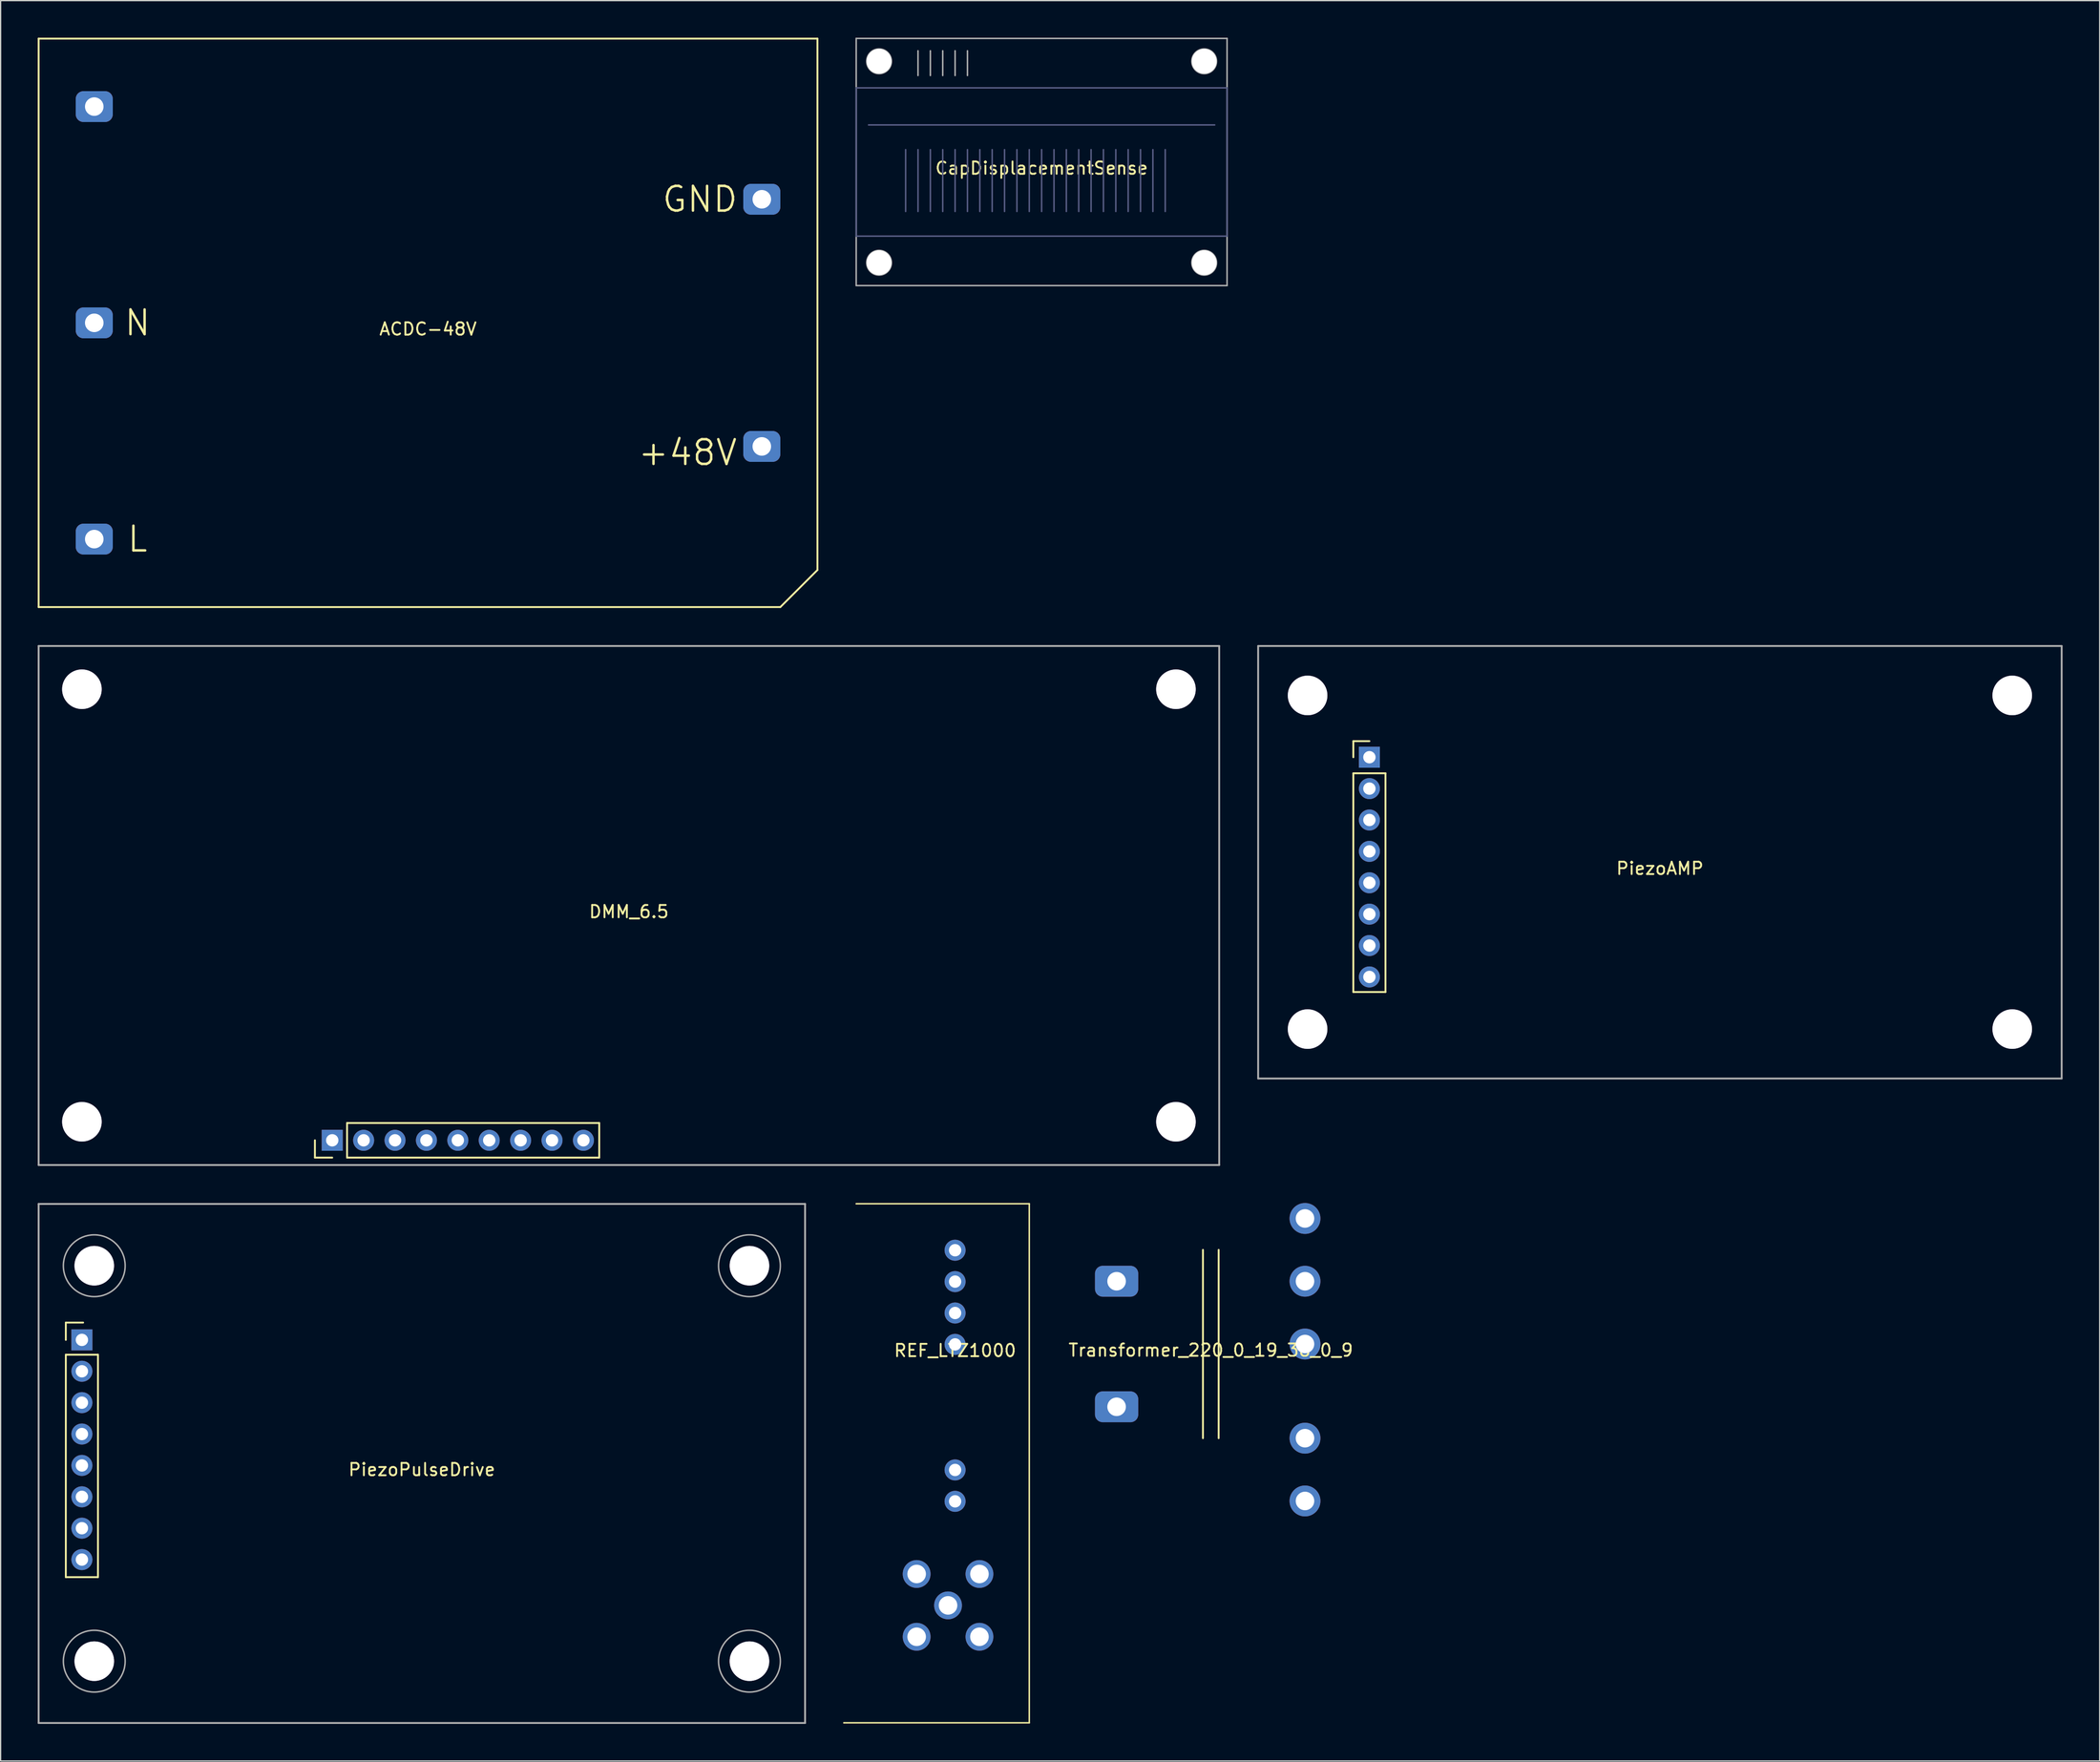
<source format=kicad_pcb>
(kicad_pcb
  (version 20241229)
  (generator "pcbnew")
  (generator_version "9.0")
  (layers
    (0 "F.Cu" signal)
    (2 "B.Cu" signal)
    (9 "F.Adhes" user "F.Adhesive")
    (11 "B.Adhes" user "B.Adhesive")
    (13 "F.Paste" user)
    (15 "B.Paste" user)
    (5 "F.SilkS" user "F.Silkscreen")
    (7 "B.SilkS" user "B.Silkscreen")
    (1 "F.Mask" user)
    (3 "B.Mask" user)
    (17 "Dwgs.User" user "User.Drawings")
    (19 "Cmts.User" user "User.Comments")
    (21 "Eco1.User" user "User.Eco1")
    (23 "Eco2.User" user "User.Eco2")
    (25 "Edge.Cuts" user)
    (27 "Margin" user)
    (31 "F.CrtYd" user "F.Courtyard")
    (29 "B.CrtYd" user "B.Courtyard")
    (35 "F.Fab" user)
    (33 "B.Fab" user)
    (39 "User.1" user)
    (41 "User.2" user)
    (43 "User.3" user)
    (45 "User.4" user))
  (footprint "DMM_6.5"
    (layer "F.Cu")
    (at 47.825 70.225)
    (property "Reference" "DMM_6.5" (at 0 0.5 0) (layer "F.SilkS") (effects (font (size 1 1) (thickness 0.15))))
    (attr through_hole)
    (fp_line (start -25.4 19) (end -25.4 20.4) (stroke (width 0.15) (type solid)) (layer "F.SilkS"))
    (fp_line (start -25.4 20.4) (end -24 20.4) (stroke (width 0.15) (type solid)) (layer "F.SilkS"))
    (fp_line (start -22.8 17.6) (end -2.4 17.6) (stroke (width 0.15) (type solid)) (layer "F.SilkS"))
    (fp_line (start -22.8 20.4) (end -22.8 17.6) (stroke (width 0.15) (type solid)) (layer "F.SilkS"))
    (fp_line (start -2.4 17.6) (end -2.4 20.4) (stroke (width 0.15) (type solid)) (layer "F.SilkS"))
    (fp_line (start -2.4 20.4) (end -22.8 20.4) (stroke (width 0.15) (type solid)) (layer "F.SilkS"))
    (fp_line (start -47.75 -21) (end -47.75 21) (stroke (width 0.15) (type solid)) (layer "F.Fab"))
    (fp_line (start 47.75 -21) (end -47.75 -21) (stroke (width 0.15) (type solid)) (layer "F.Fab"))
    (fp_line (start 47.75 -21) (end 47.75 21) (stroke (width 0.15) (type solid)) (layer "F.Fab"))
    (fp_line (start 47.75 21) (end -47.75 21) (stroke (width 0.15) (type solid)) (layer "F.Fab"))
    (pad "1" thru_hole rect (at -24 19) (size 1.7 1.7) (drill 1) (layers "*.Cu" "*.Mask"))
    (pad "2" thru_hole circle (at -21.46 19) (size 1.7 1.7) (drill 1) (layers "*.Cu" "*.Mask"))
    (pad "3" thru_hole circle (at -18.92 19) (size 1.7 1.7) (drill 1) (layers "*.Cu" "*.Mask"))
    (pad "4" thru_hole circle (at -16.38 19) (size 1.7 1.7) (drill 1) (layers "*.Cu" "*.Mask"))
    (pad "5" thru_hole circle (at -13.84 19) (size 1.7 1.7) (drill 1) (layers "*.Cu" "*.Mask"))
    (pad "6" thru_hole circle (at -11.3 19) (size 1.7 1.7) (drill 1) (layers "*.Cu" "*.Mask"))
    (pad "7" thru_hole circle (at -8.76 19) (size 1.7 1.7) (drill 1) (layers "*.Cu" "*.Mask"))
    (pad "8" thru_hole circle (at -6.22 19) (size 1.7 1.7) (drill 1) (layers "*.Cu" "*.Mask"))
    (pad "9" thru_hole circle (at -3.68 19) (size 1.7 1.7) (drill 1) (layers "*.Cu" "*.Mask"))
    (pad "~" thru_hole circle (at -44.25 -17.5) (size 3.2 3.2) (drill 3.2) (layers "*.Cu" "*.Mask"))
    (pad "~" thru_hole circle (at -44.25 17.5) (size 3.2 3.2) (drill 3.2) (layers "*.Cu" "*.Mask"))
    (pad "~" thru_hole circle (at 44.25 -17.5) (size 3.2 3.2) (drill 3.2) (layers "*.Cu" "*.Mask"))
    (pad "~" thru_hole circle (at 44.25 17.5) (size 3.2 3.2) (drill 3.2) (layers "*.Cu" "*.Mask")))
  (footprint "Transformer_220_0_19_38_0_9"
    (layer "F.Cu")
    (at 94.895 105.71)
    (property "Reference" "Transformer_220_0_19_38_0_9" (at 0 0.5 0) (layer "F.SilkS") (effects (font (size 1 1) (thickness 0.15))))
    (attr through_hole)
    (fp_line (start -0.635 -7.62) (end -0.635 7.62) (stroke (width 0.15) (type solid)) (layer "F.SilkS"))
    (fp_line (start 0.635 7.62) (end 0.635 -7.62) (stroke (width 0.15) (type solid)) (layer "F.SilkS"))
    (pad "1" thru_hole roundrect (at -7.62 -5.08) (size 3.5 2.5) (drill 1.5) (layers "*.Cu" "*.Mask") (roundrect_rratio 0.25))
    (pad "2" thru_hole roundrect (at -7.62 5.08) (size 3.5 2.5) (drill 1.5) (layers "*.Cu" "*.Mask") (roundrect_rratio 0.25))
    (pad "3" thru_hole circle (at 7.62 0) (size 2.5 2.5) (drill 1.5) (layers "*.Cu" "*.Mask"))
    (pad "4" thru_hole circle (at 7.62 -5.08) (size 2.5 2.5) (drill 1.5) (layers "*.Cu" "*.Mask"))
    (pad "5" thru_hole circle (at 7.62 -10.16) (size 2.5 2.5) (drill 1.5) (layers "*.Cu" "*.Mask"))
    (pad "6" thru_hole circle (at 7.62 12.7) (size 2.5 2.5) (drill 1.5) (layers "*.Cu" "*.Mask"))
    (pad "7" thru_hole circle (at 7.62 7.62) (size 2.5 2.5) (drill 1.5) (layers "*.Cu" "*.Mask")))
  (footprint "CapDisplacementSense"
    (layer "F.Cu")
    (at 81.21 10.06)
    (property "Reference" "CapDisplacementSense" (at 0 0.5 0) (layer "F.SilkS") (effects (font (size 1 1) (thickness 0.15))))
    (attr through_hole)
    (fp_line (start -15 -6) (end 15 -6) (stroke (width 0.12) (type solid)) (layer "B.Fab"))
    (fp_line (start -15 6) (end -15 -6) (stroke (width 0.12) (type solid)) (layer "B.Fab"))
    (fp_line (start -11 -1) (end -11 4) (stroke (width 0.12) (type solid)) (layer "B.Fab"))
    (fp_line (start -10 -1) (end -10 4) (stroke (width 0.12) (type solid)) (layer "B.Fab"))
    (fp_line (start -9 -1) (end -9 4) (stroke (width 0.12) (type solid)) (layer "B.Fab"))
    (fp_line (start -8 -1) (end -8 4) (stroke (width 0.12) (type solid)) (layer "B.Fab"))
    (fp_line (start -7 -1) (end -7 4) (stroke (width 0.12) (type solid)) (layer "B.Fab"))
    (fp_line (start -6 -1) (end -6 4) (stroke (width 0.12) (type solid)) (layer "B.Fab"))
    (fp_line (start -5 -1) (end -5 4) (stroke (width 0.12) (type solid)) (layer "B.Fab"))
    (fp_line (start -4 -1) (end -4 4) (stroke (width 0.12) (type solid)) (layer "B.Fab"))
    (fp_line (start -3 -1) (end -3 4) (stroke (width 0.12) (type solid)) (layer "B.Fab"))
    (fp_line (start -2 -1) (end -2 4) (stroke (width 0.12) (type solid)) (layer "B.Fab"))
    (fp_line (start -1 -1) (end -1 4) (stroke (width 0.12) (type solid)) (layer "B.Fab"))
    (fp_line (start 0 -1) (end 0 4) (stroke (width 0.12) (type solid)) (layer "B.Fab"))
    (fp_line (start 1 -1) (end 1 4) (stroke (width 0.12) (type solid)) (layer "B.Fab"))
    (fp_line (start 2 -1) (end 2 4) (stroke (width 0.12) (type solid)) (layer "B.Fab"))
    (fp_line (start 3 -1) (end 3 4) (stroke (width 0.12) (type solid)) (layer "B.Fab"))
    (fp_line (start 4 -1) (end 4 4) (stroke (width 0.12) (type solid)) (layer "B.Fab"))
    (fp_line (start 5 -1) (end 5 4) (stroke (width 0.12) (type solid)) (layer "B.Fab"))
    (fp_line (start 6 -1) (end 6 4) (stroke (width 0.12) (type solid)) (layer "B.Fab"))
    (fp_line (start 7 -1) (end 7 4) (stroke (width 0.12) (type solid)) (layer "B.Fab"))
    (fp_line (start 8 -1) (end 8 4) (stroke (width 0.12) (type solid)) (layer "B.Fab"))
    (fp_line (start 9 -1) (end 9 4) (stroke (width 0.12) (type solid)) (layer "B.Fab"))
    (fp_line (start 10 -1) (end 10 4) (stroke (width 0.12) (type solid)) (layer "B.Fab"))
    (fp_line (start 14 -3) (end -14 -3) (stroke (width 0.12) (type solid)) (layer "B.Fab"))
    (fp_line (start 15 -6) (end 15 6) (stroke (width 0.12) (type solid)) (layer "B.Fab"))
    (fp_line (start 15 6) (end -15 6) (stroke (width 0.12) (type solid)) (layer "B.Fab"))
    (fp_line (start -15 -10) (end 15 -10) (stroke (width 0.12) (type solid)) (layer "F.Fab"))
    (fp_line (start -15 10) (end -15 -10) (stroke (width 0.12) (type solid)) (layer "F.Fab"))
    (fp_line (start -10 -9) (end -10 -7) (stroke (width 0.12) (type solid)) (layer "F.Fab"))
    (fp_line (start -9 -9) (end -9 -7) (stroke (width 0.12) (type solid)) (layer "F.Fab"))
    (fp_line (start -8 -9) (end -8 -7) (stroke (width 0.12) (type solid)) (layer "F.Fab"))
    (fp_line (start -7 -9) (end -7 -7) (stroke (width 0.12) (type solid)) (layer "F.Fab"))
    (fp_line (start -6 -9) (end -6 -7) (stroke (width 0.12) (type solid)) (layer "F.Fab"))
    (fp_line (start 15 -10) (end 15 10) (stroke (width 0.12) (type solid)) (layer "F.Fab"))
    (fp_line (start 15 10) (end -15 10) (stroke (width 0.12) (type solid)) (layer "F.Fab"))
    (fp_circle (center -13.15 -8.15) (end -12.15 -8.15) (stroke (width 0.12) (type solid)) (fill no) (layer "F.Fab"))
    (fp_circle (center -13.15 8.15) (end -12.15 8.15) (stroke (width 0.12) (type solid)) (fill no) (layer "F.Fab"))
    (fp_circle (center 13.15 -8.15) (end 14.15 -8.15) (stroke (width 0.12) (type solid)) (fill no) (layer "F.Fab"))
    (fp_circle (center 13.15 8.15) (end 14.15 8.15) (stroke (width 0.12) (type solid)) (fill no) (layer "F.Fab"))
    (pad "" np_thru_hole circle (at -13.15 -8.15) (size 2 2) (drill 2) (layers "*.Cu" "*.Mask"))
    (pad "" np_thru_hole circle (at -13.15 8.15) (size 2 2) (drill 2) (layers "*.Cu" "*.Mask"))
    (pad "" np_thru_hole circle (at 13.15 -8.15) (size 2 2) (drill 2) (layers "*.Cu" "*.Mask"))
    (pad "" np_thru_hole circle (at 13.15 8.15) (size 2 2) (drill 2) (layers "*.Cu" "*.Mask")))
  (footprint "ACDC-48V"
    (layer "F.Cu")
    (at 31.575 23.075)
    (property "Reference" "ACDC-48V" (at 0 0.5 0) (layer "F.SilkS") (effects (font (size 1 1) (thickness 0.15))))
    (attr through_hole)
    (fp_line (start -31.5 -23) (end -31.5 23) (stroke (width 0.15) (type solid)) (layer "F.SilkS"))
    (fp_line (start -31.5 -23) (end 31.5 -23) (stroke (width 0.15) (type solid)) (layer "F.SilkS"))
    (fp_line (start -31.5 23) (end 28.5 23) (stroke (width 0.15) (type solid)) (layer "F.SilkS"))
    (fp_line (start 31.5 -23) (end 31.5 20) (stroke (width 0.15) (type solid)) (layer "F.SilkS"))
    (fp_line (start 31.5 20) (end 28.5 23) (stroke (width 0.15) (type solid)) (layer "F.SilkS"))
    (fp_text user "GND" (at 22 -10 0) (layer "F.SilkS") (effects (font (size 2 2) (thickness 0.2))))
    (fp_text user "+48V" (at 21 10.5 0) (layer "F.SilkS") (effects (font (size 2 2) (thickness 0.2))))
    (fp_text user "L" (at -23.5 17.5 0) (layer "F.SilkS") (effects (font (size 2 2) (thickness 0.2))))
    (fp_text user "N" (at -23.5 0 0) (layer "F.SilkS") (effects (font (size 2 2) (thickness 0.2))))
    (pad "1" thru_hole roundrect (at -27 17.5) (size 3 2.5) (drill 1.5) (layers "*.Cu" "*.Mask") (roundrect_rratio 0.25))
    (pad "2" thru_hole roundrect (at -27 0) (size 3 2.5) (drill 1.5) (layers "*.Cu" "*.Mask") (roundrect_rratio 0.25))
    (pad "3" thru_hole roundrect (at 27 10) (size 3 2.5) (drill 1.5) (layers "*.Cu" "*.Mask") (roundrect_rratio 0.25))
    (pad "4" thru_hole roundrect (at 27 -10) (size 3 2.5) (drill 1.5) (layers "*.Cu" "*.Mask") (roundrect_rratio 0.25))
    (pad "~" thru_hole roundrect (at -27 -17.5) (size 3 2.5) (drill 1.5) (layers "*.Cu" "*.Mask") (roundrect_rratio 0.25)))
  (footprint "PiezoAMP"
    (layer "F.Cu")
    (at 131.225 66.725)
    (property "Reference" "PiezoAMP" (at 0 0.5 0) (layer "F.SilkS") (effects (font (size 1 1) (thickness 0.15))))
    (attr through_hole)
    (fp_line (start -24.8 -9.8) (end -24.8 -8.5) (stroke (width 0.15) (type solid)) (layer "F.SilkS"))
    (fp_line (start -24.8 -7.2) (end -24.8 10.5) (stroke (width 0.15) (type solid)) (layer "F.SilkS"))
    (fp_line (start -24.8 10.5) (end -22.2 10.5) (stroke (width 0.15) (type solid)) (layer "F.SilkS"))
    (fp_line (start -23.5 -9.8) (end -24.8 -9.8) (stroke (width 0.15) (type solid)) (layer "F.SilkS"))
    (fp_line (start -22.2 -7.2) (end -24.8 -7.2) (stroke (width 0.15) (type solid)) (layer "F.SilkS"))
    (fp_line (start -22.2 10.5) (end -22.2 -7.2) (stroke (width 0.15) (type solid)) (layer "F.SilkS"))
    (fp_line (start -32.5 -17.5) (end -32.5 17.5) (stroke (width 0.15) (type solid)) (layer "F.Fab"))
    (fp_line (start -32.5 -17.5) (end 32.5 -17.5) (stroke (width 0.15) (type solid)) (layer "F.Fab"))
    (fp_line (start -32.5 17.5) (end 32.5 17.5) (stroke (width 0.15) (type solid)) (layer "F.Fab"))
    (fp_line (start 32.5 -17.5) (end 32.5 17.5) (stroke (width 0.15) (type solid)) (layer "F.Fab"))
    (pad "1" thru_hole rect (at -23.5 -8.5) (size 1.7 1.7) (drill 1) (layers "*.Cu" "*.Mask"))
    (pad "2" thru_hole circle (at -23.5 -5.96) (size 1.7 1.7) (drill 1) (layers "*.Cu" "*.Mask"))
    (pad "3" thru_hole circle (at -23.5 -3.42) (size 1.7 1.7) (drill 1) (layers "*.Cu" "*.Mask"))
    (pad "4" thru_hole circle (at -23.5 -0.88) (size 1.7 1.7) (drill 1) (layers "*.Cu" "*.Mask"))
    (pad "5" thru_hole circle (at -23.5 1.66) (size 1.7 1.7) (drill 1) (layers "*.Cu" "*.Mask"))
    (pad "6" thru_hole circle (at -23.5 4.2) (size 1.7 1.7) (drill 1) (layers "*.Cu" "*.Mask"))
    (pad "7" thru_hole circle (at -23.5 6.74) (size 1.7 1.7) (drill 1) (layers "*.Cu" "*.Mask"))
    (pad "8" thru_hole circle (at -23.5 9.28) (size 1.7 1.7) (drill 1) (layers "*.Cu" "*.Mask"))
    (pad "~" thru_hole circle (at -28.5 -13.5) (size 3.2 3.2) (drill 3.2) (layers "*.Cu" "*.Mask"))
    (pad "~" thru_hole circle (at -28.5 13.5) (size 3.2 3.2) (drill 3.2) (layers "*.Cu" "*.Mask"))
    (pad "~" thru_hole circle (at 28.5 -13.5) (size 3.2 3.2) (drill 3.2) (layers "*.Cu" "*.Mask"))
    (pad "~" thru_hole circle (at 28.5 13.5) (size 3.2 3.2) (drill 3.2) (layers "*.Cu" "*.Mask")))
  (footprint "REF_LTZ1000"
    (layer "F.Cu")
    (at 74.21 105.74)
    (property "Reference" "REF_LTZ1000" (at 0 0.5 0) (layer "F.SilkS") (effects (font (size 1 1) (thickness 0.15))))
    (attr through_hole)
    (fp_line (start 6 -11.38) (end -8 -11.38) (stroke (width 0.12) (type solid)) (layer "F.SilkS"))
    (fp_line (start 6 -11.38) (end 6 30.62) (stroke (width 0.12) (type solid)) (layer "F.SilkS"))
    (fp_line (start 6 30.62) (end -9 30.62) (stroke (width 0.12) (type solid)) (layer "F.SilkS"))
    (pad "1" thru_hole circle (at 0 0) (size 1.7 1.7) (drill 1) (layers "*.Cu" "*.Mask"))
    (pad "2" thru_hole circle (at 0 -5.08) (size 1.7 1.7) (drill 1) (layers "*.Cu" "*.Mask"))
    (pad "2" thru_hole circle (at 0 -2.54) (size 1.7 1.7) (drill 1) (layers "*.Cu" "*.Mask"))
    (pad "3" thru_hole circle (at 0 -7.62) (size 1.7 1.7) (drill 1) (layers "*.Cu" "*.Mask"))
    (pad "4" thru_hole circle (at 0 10.16) (size 1.7 1.7) (drill 1) (layers "*.Cu" "*.Mask"))
    (pad "5" thru_hole circle (at 0 12.7) (size 1.7 1.7) (drill 1) (layers "*.Cu" "*.Mask"))
    (pad "6" thru_hole circle (at -0.57 21.12) (size 2.25 2.25) (drill 1.5) (layers "*.Cu" "*.Mask"))
    (pad "7" thru_hole circle (at -3.11 18.58) (size 2.25 2.25) (drill 1.5) (layers "*.Cu" "*.Mask"))
    (pad "7" thru_hole circle (at -3.11 23.66) (size 2.25 2.25) (drill 1.5) (layers "*.Cu" "*.Mask"))
    (pad "7" thru_hole circle (at 1.97 18.58) (size 2.25 2.25) (drill 1.5) (layers "*.Cu" "*.Mask"))
    (pad "7" thru_hole circle (at 1.97 23.66) (size 2.25 2.25) (drill 1.5) (layers "*.Cu" "*.Mask")))
  (footprint "PiezoPulseDrive"
    (layer "F.Cu")
    (at 31.075 115.375)
    (property "Reference" "PiezoPulseDrive" (at 0 0.5 0) (layer "F.SilkS") (effects (font (size 1 1) (thickness 0.15))))
    (attr through_hole)
    (fp_line (start -28.8 -11.4) (end -28.8 -10) (stroke (width 0.15) (type solid)) (layer "F.SilkS"))
    (fp_line (start -28.8 -8.8) (end -28.8 9.2) (stroke (width 0.15) (type solid)) (layer "F.SilkS"))
    (fp_line (start -28.8 9.2) (end -26.2 9.2) (stroke (width 0.15) (type solid)) (layer "F.SilkS"))
    (fp_line (start -27.4 -11.4) (end -28.8 -11.4) (stroke (width 0.15) (type solid)) (layer "F.SilkS"))
    (fp_line (start -26.2 -8.8) (end -28.8 -8.8) (stroke (width 0.15) (type solid)) (layer "F.SilkS"))
    (fp_line (start -26.2 9.2) (end -26.2 -8.8) (stroke (width 0.15) (type solid)) (layer "F.SilkS"))
    (fp_line (start -31 -21) (end -31 21) (stroke (width 0.15) (type solid)) (layer "F.Fab"))
    (fp_line (start -31 -21) (end 31 -21) (stroke (width 0.15) (type solid)) (layer "F.Fab"))
    (fp_line (start -31 21) (end 31 21) (stroke (width 0.15) (type solid)) (layer "F.Fab"))
    (fp_line (start 31 -21) (end 31 21) (stroke (width 0.15) (type solid)) (layer "F.Fab"))
    (fp_circle (center -26.5 -16) (end -24 -16) (stroke (width 0.12) (type solid)) (fill no) (layer "F.Fab"))
    (fp_circle (center -26.5 16) (end -24 16) (stroke (width 0.12) (type solid)) (fill no) (layer "F.Fab"))
    (fp_circle (center 26.5 -16) (end 29 -16) (stroke (width 0.12) (type solid)) (fill no) (layer "F.Fab"))
    (fp_circle (center 26.5 16) (end 29 16) (stroke (width 0.12) (type solid)) (fill no) (layer "F.Fab"))
    (pad "1" thru_hole rect (at -27.5 -10) (size 1.7 1.7) (drill 1) (layers "*.Cu" "*.Mask"))
    (pad "2" thru_hole circle (at -27.5 -7.46) (size 1.7 1.7) (drill 1) (layers "*.Cu" "*.Mask"))
    (pad "3" thru_hole circle (at -27.5 -4.92) (size 1.7 1.7) (drill 1) (layers "*.Cu" "*.Mask"))
    (pad "4" thru_hole circle (at -27.5 -2.38) (size 1.7 1.7) (drill 1) (layers "*.Cu" "*.Mask"))
    (pad "5" thru_hole circle (at -27.5 0.16) (size 1.7 1.7) (drill 1) (layers "*.Cu" "*.Mask"))
    (pad "6" thru_hole circle (at -27.5 2.7) (size 1.7 1.7) (drill 1) (layers "*.Cu" "*.Mask"))
    (pad "7" thru_hole circle (at -27.5 5.24) (size 1.7 1.7) (drill 1) (layers "*.Cu" "*.Mask"))
    (pad "8" thru_hole circle (at -27.5 7.78) (size 1.7 1.7) (drill 1) (layers "*.Cu" "*.Mask"))
    (pad "~" thru_hole circle (at -26.5 -16) (size 3.2 3.2) (drill 3.2) (layers "*.Cu" "*.Mask"))
    (pad "~" thru_hole circle (at -26.5 16) (size 3.2 3.2) (drill 3.2) (layers "*.Cu" "*.Mask"))
    (pad "~" thru_hole circle (at 26.5 -16) (size 3.2 3.2) (drill 3.2) (layers "*.Cu" "*.Mask"))
    (pad "~" thru_hole circle (at 26.5 16) (size 3.2 3.2) (drill 3.2) (layers "*.Cu" "*.Mask")))
  (gr_rect
    (start -3 -3)
    (end 166.8 139.45)
    (stroke (width 0.1) (type default))
    (fill no)
    (layer "Edge.Cuts")))
</source>
